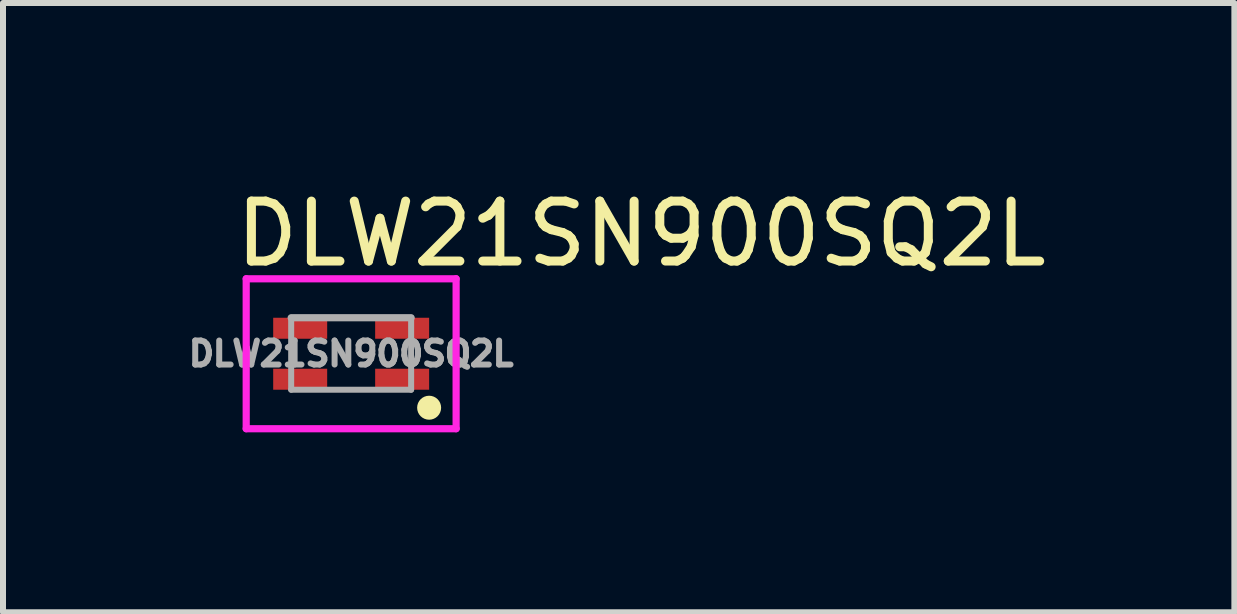
<source format=kicad_pcb>
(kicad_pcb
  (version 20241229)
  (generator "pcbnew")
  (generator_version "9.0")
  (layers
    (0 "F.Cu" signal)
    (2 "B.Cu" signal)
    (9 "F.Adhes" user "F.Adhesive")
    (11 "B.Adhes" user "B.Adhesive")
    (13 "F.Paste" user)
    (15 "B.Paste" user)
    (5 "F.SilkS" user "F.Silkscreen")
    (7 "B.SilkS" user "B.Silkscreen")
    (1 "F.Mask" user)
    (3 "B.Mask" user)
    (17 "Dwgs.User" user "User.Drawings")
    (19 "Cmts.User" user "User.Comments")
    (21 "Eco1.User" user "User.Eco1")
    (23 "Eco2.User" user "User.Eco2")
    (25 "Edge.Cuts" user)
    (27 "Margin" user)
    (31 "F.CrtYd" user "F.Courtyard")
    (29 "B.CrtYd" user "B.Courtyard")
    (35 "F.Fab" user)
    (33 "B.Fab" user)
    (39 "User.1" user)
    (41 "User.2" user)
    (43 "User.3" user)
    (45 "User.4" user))
  (footprint "DLW21SN900SQ2L"
    (layer "F.Cu")
    (at 2.805 2.848)
    (property "Reference" "DLW21SN900SQ2L" (at -2 -2 180) (layer "F.SilkS") (effects (font (size 1 1) (thickness 0.15)) (justify left)))
    (attr smd)
    (fp_circle (center 1.3 0.9) (end 1.3 1) (stroke (width 0.2) (type solid)) (fill no) (layer "F.SilkS"))
    (fp_line (start -1.75 -1.25) (end 1.75 -1.25) (stroke (width 0.12) (type solid)) (layer "F.CrtYd"))
    (fp_line (start -1.75 1.25) (end -1.75 -1.25) (stroke (width 0.12) (type solid)) (layer "F.CrtYd"))
    (fp_line (start 1.75 -1.25) (end 1.75 1.25) (stroke (width 0.12) (type solid)) (layer "F.CrtYd"))
    (fp_line (start 1.75 1.25) (end -1.75 1.25) (stroke (width 0.12) (type solid)) (layer "F.CrtYd"))
    (fp_line (start -1 -0.6) (end 1 -0.6) (stroke (width 0.12) (type solid)) (layer "F.Fab"))
    (fp_line (start -1 0.6) (end -1 -0.6) (stroke (width 0.1) (type solid)) (layer "F.Fab"))
    (fp_line (start 1 -0.6) (end 1 0.6) (stroke (width 0.1) (type solid)) (layer "F.Fab"))
    (fp_line (start 1 0.6) (end -1 0.6) (stroke (width 0.1) (type solid)) (layer "F.Fab"))
    (fp_text user "${REFERENCE}" (at 0 0 180) (layer "F.Fab") (effects (font (size 0.4 0.4) (thickness 0.1))))
    (pad "1" smd rect (at 0.85 0.425 180) (size 0.9 0.35) (layers "F.Cu" "F.Mask" "F.Paste"))
    (pad "2" smd rect (at 0.85 -0.425 180) (size 0.9 0.35) (layers "F.Cu" "F.Mask" "F.Paste"))
    (pad "3" smd rect (at -0.85 -0.425 180) (size 0.9 0.35) (layers "F.Cu" "F.Mask" "F.Paste"))
    (pad "4" smd rect (at -0.85 0.425 180) (size 0.9 0.35) (layers "F.Cu" "F.Mask" "F.Paste")))
  (gr_rect
    (start -3 -3)
    (end 17.531 7.158)
    (stroke (width 0.1) (type default))
    (fill no)
    (layer "Edge.Cuts")))
</source>
